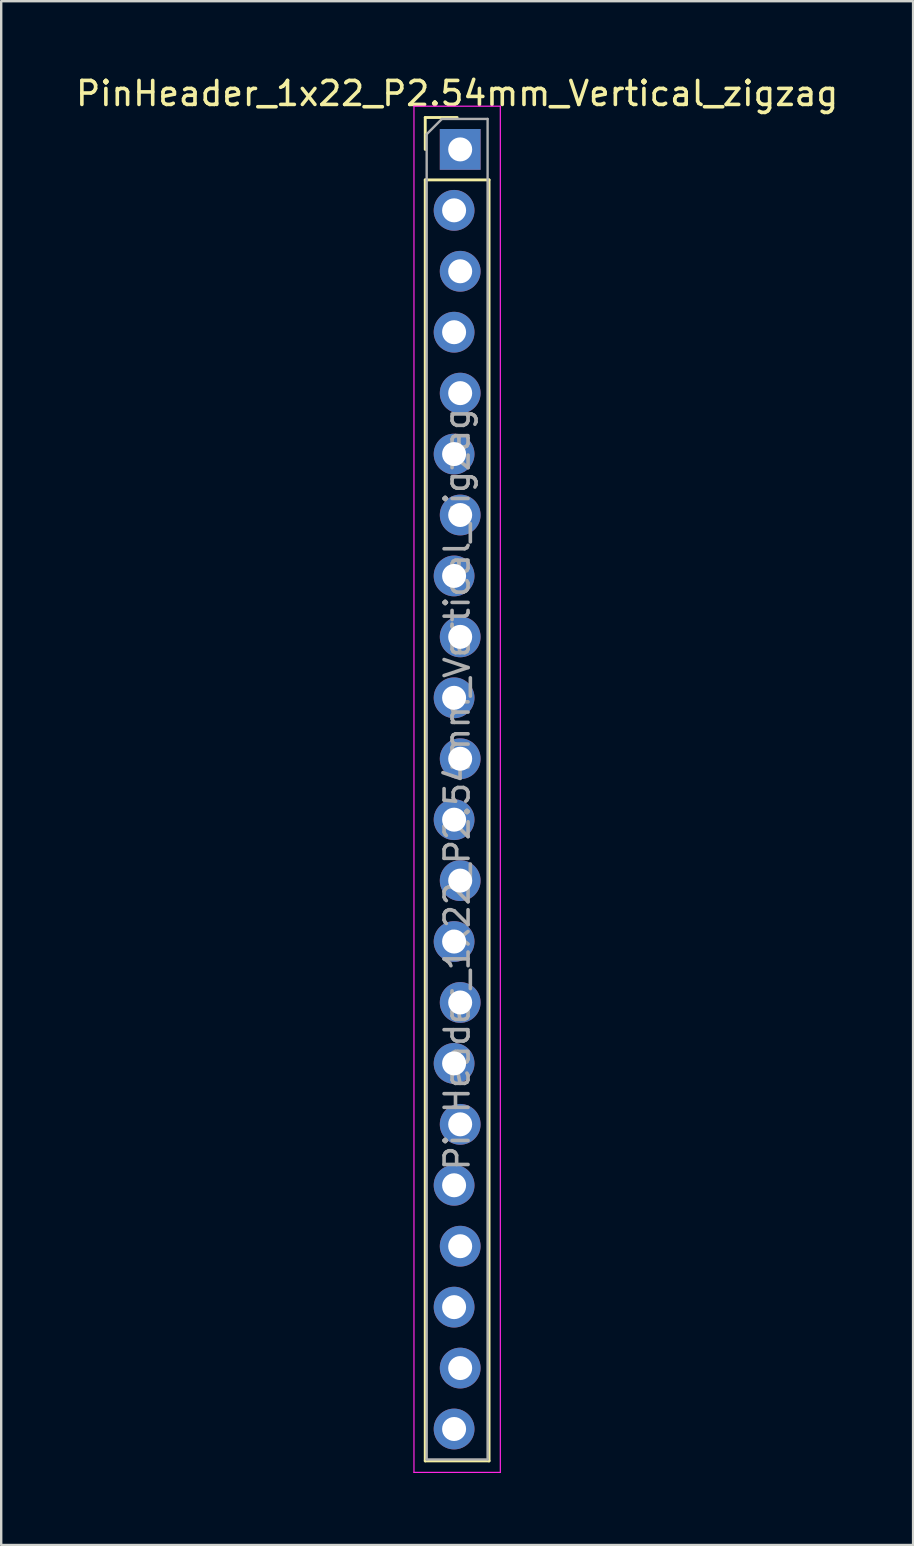
<source format=kicad_pcb>
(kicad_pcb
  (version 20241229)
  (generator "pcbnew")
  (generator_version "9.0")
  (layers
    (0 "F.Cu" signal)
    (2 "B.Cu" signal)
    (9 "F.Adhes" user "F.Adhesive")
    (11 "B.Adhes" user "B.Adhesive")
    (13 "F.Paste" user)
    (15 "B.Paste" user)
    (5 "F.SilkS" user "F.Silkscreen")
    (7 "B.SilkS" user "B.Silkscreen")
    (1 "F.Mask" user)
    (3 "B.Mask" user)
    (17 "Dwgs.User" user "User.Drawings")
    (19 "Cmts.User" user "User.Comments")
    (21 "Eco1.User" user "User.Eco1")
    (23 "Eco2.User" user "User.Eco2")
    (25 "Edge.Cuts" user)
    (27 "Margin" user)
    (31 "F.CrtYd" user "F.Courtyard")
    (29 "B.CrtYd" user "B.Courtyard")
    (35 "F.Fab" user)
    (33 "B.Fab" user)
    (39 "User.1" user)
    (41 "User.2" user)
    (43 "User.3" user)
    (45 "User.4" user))
  (footprint "PinHeader_1x22_P2.54mm_Vertical_zigzag"
    (layer "F.Cu")
    (at 16.006 3.178)
    (property "Reference" "PinHeader_1x22_P2.54mm_Vertical_zigzag" (at 0 -2.33 0) (layer "F.SilkS") (effects (font (size 1 1) (thickness 0.15))))
    (attr through_hole)
    (fp_line (start -1.33 -1.33) (end 0 -1.33) (stroke (width 0.12) (type solid)) (layer "F.SilkS"))
    (fp_line (start -1.33 0) (end -1.33 -1.33) (stroke (width 0.12) (type solid)) (layer "F.SilkS"))
    (fp_line (start -1.33 1.27) (end -1.33 54.67) (stroke (width 0.12) (type solid)) (layer "F.SilkS"))
    (fp_line (start -1.33 1.27) (end 1.33 1.27) (stroke (width 0.12) (type solid)) (layer "F.SilkS"))
    (fp_line (start -1.33 54.67) (end 1.33 54.67) (stroke (width 0.12) (type solid)) (layer "F.SilkS"))
    (fp_line (start 1.33 1.27) (end 1.33 54.67) (stroke (width 0.12) (type solid)) (layer "F.SilkS"))
    (fp_line (start -1.8 -1.8) (end -1.8 55.15) (stroke (width 0.05) (type solid)) (layer "F.CrtYd"))
    (fp_line (start -1.8 55.15) (end 1.8 55.15) (stroke (width 0.05) (type solid)) (layer "F.CrtYd"))
    (fp_line (start 1.8 -1.8) (end -1.8 -1.8) (stroke (width 0.05) (type solid)) (layer "F.CrtYd"))
    (fp_line (start 1.8 55.15) (end 1.8 -1.8) (stroke (width 0.05) (type solid)) (layer "F.CrtYd"))
    (fp_line (start -1.27 -0.635) (end -0.635 -1.27) (stroke (width 0.1) (type solid)) (layer "F.Fab"))
    (fp_line (start -1.27 54.61) (end -1.27 -0.635) (stroke (width 0.1) (type solid)) (layer "F.Fab"))
    (fp_line (start -0.635 -1.27) (end 1.27 -1.27) (stroke (width 0.1) (type solid)) (layer "F.Fab"))
    (fp_line (start 1.27 -1.27) (end 1.27 54.61) (stroke (width 0.1) (type solid)) (layer "F.Fab"))
    (fp_line (start 1.27 54.61) (end -1.27 54.61) (stroke (width 0.1) (type solid)) (layer "F.Fab"))
    (fp_text user "${REFERENCE}" (at 0 26.67 90) (layer "F.Fab") (effects (font (size 1 1) (thickness 0.15))))
    (pad "1" thru_hole rect (at 0.127 0) (size 1.7 1.7) (drill 1) (layers "*.Cu" "*.Mask"))
    (pad "2" thru_hole oval (at -0.127 2.54) (size 1.7 1.7) (drill 1) (layers "*.Cu" "*.Mask"))
    (pad "3" thru_hole oval (at 0.127 5.08) (size 1.7 1.7) (drill 1) (layers "*.Cu" "*.Mask"))
    (pad "4" thru_hole oval (at -0.127 7.62) (size 1.7 1.7) (drill 1) (layers "*.Cu" "*.Mask"))
    (pad "5" thru_hole oval (at 0.127 10.16) (size 1.7 1.7) (drill 1) (layers "*.Cu" "*.Mask"))
    (pad "6" thru_hole oval (at -0.127 12.7) (size 1.7 1.7) (drill 1) (layers "*.Cu" "*.Mask"))
    (pad "7" thru_hole oval (at 0.127 15.24) (size 1.7 1.7) (drill 1) (layers "*.Cu" "*.Mask"))
    (pad "8" thru_hole oval (at -0.127 17.78) (size 1.7 1.7) (drill 1) (layers "*.Cu" "*.Mask"))
    (pad "9" thru_hole oval (at 0.127 20.32) (size 1.7 1.7) (drill 1) (layers "*.Cu" "*.Mask"))
    (pad "10" thru_hole oval (at -0.127 22.86) (size 1.7 1.7) (drill 1) (layers "*.Cu" "*.Mask"))
    (pad "11" thru_hole oval (at 0.127 25.4) (size 1.7 1.7) (drill 1) (layers "*.Cu" "*.Mask"))
    (pad "12" thru_hole oval (at -0.127 27.94) (size 1.7 1.7) (drill 1) (layers "*.Cu" "*.Mask"))
    (pad "13" thru_hole oval (at 0.127 30.48) (size 1.7 1.7) (drill 1) (layers "*.Cu" "*.Mask"))
    (pad "14" thru_hole oval (at -0.127 33.02) (size 1.7 1.7) (drill 1) (layers "*.Cu" "*.Mask"))
    (pad "15" thru_hole oval (at 0.127 35.56) (size 1.7 1.7) (drill 1) (layers "*.Cu" "*.Mask"))
    (pad "16" thru_hole oval (at -0.127 38.1) (size 1.7 1.7) (drill 1) (layers "*.Cu" "*.Mask"))
    (pad "17" thru_hole oval (at 0.127 40.64) (size 1.7 1.7) (drill 1) (layers "*.Cu" "*.Mask"))
    (pad "18" thru_hole oval (at -0.127 43.18) (size 1.7 1.7) (drill 1) (layers "*.Cu" "*.Mask"))
    (pad "19" thru_hole oval (at 0.127 45.72) (size 1.7 1.7) (drill 1) (layers "*.Cu" "*.Mask"))
    (pad "20" thru_hole oval (at -0.127 48.26) (size 1.7 1.7) (drill 1) (layers "*.Cu" "*.Mask"))
    (pad "21" thru_hole oval (at 0.127 50.8) (size 1.7 1.7) (drill 1) (layers "*.Cu" "*.Mask"))
    (pad "22" thru_hole oval (at -0.127 53.34) (size 1.7 1.7) (drill 1) (layers "*.Cu" "*.Mask")))
  (gr_rect
    (start -3 -3)
    (end 35.012 61.353)
    (stroke (width 0.1) (type default))
    (fill no)
    (layer "Edge.Cuts")))
</source>
